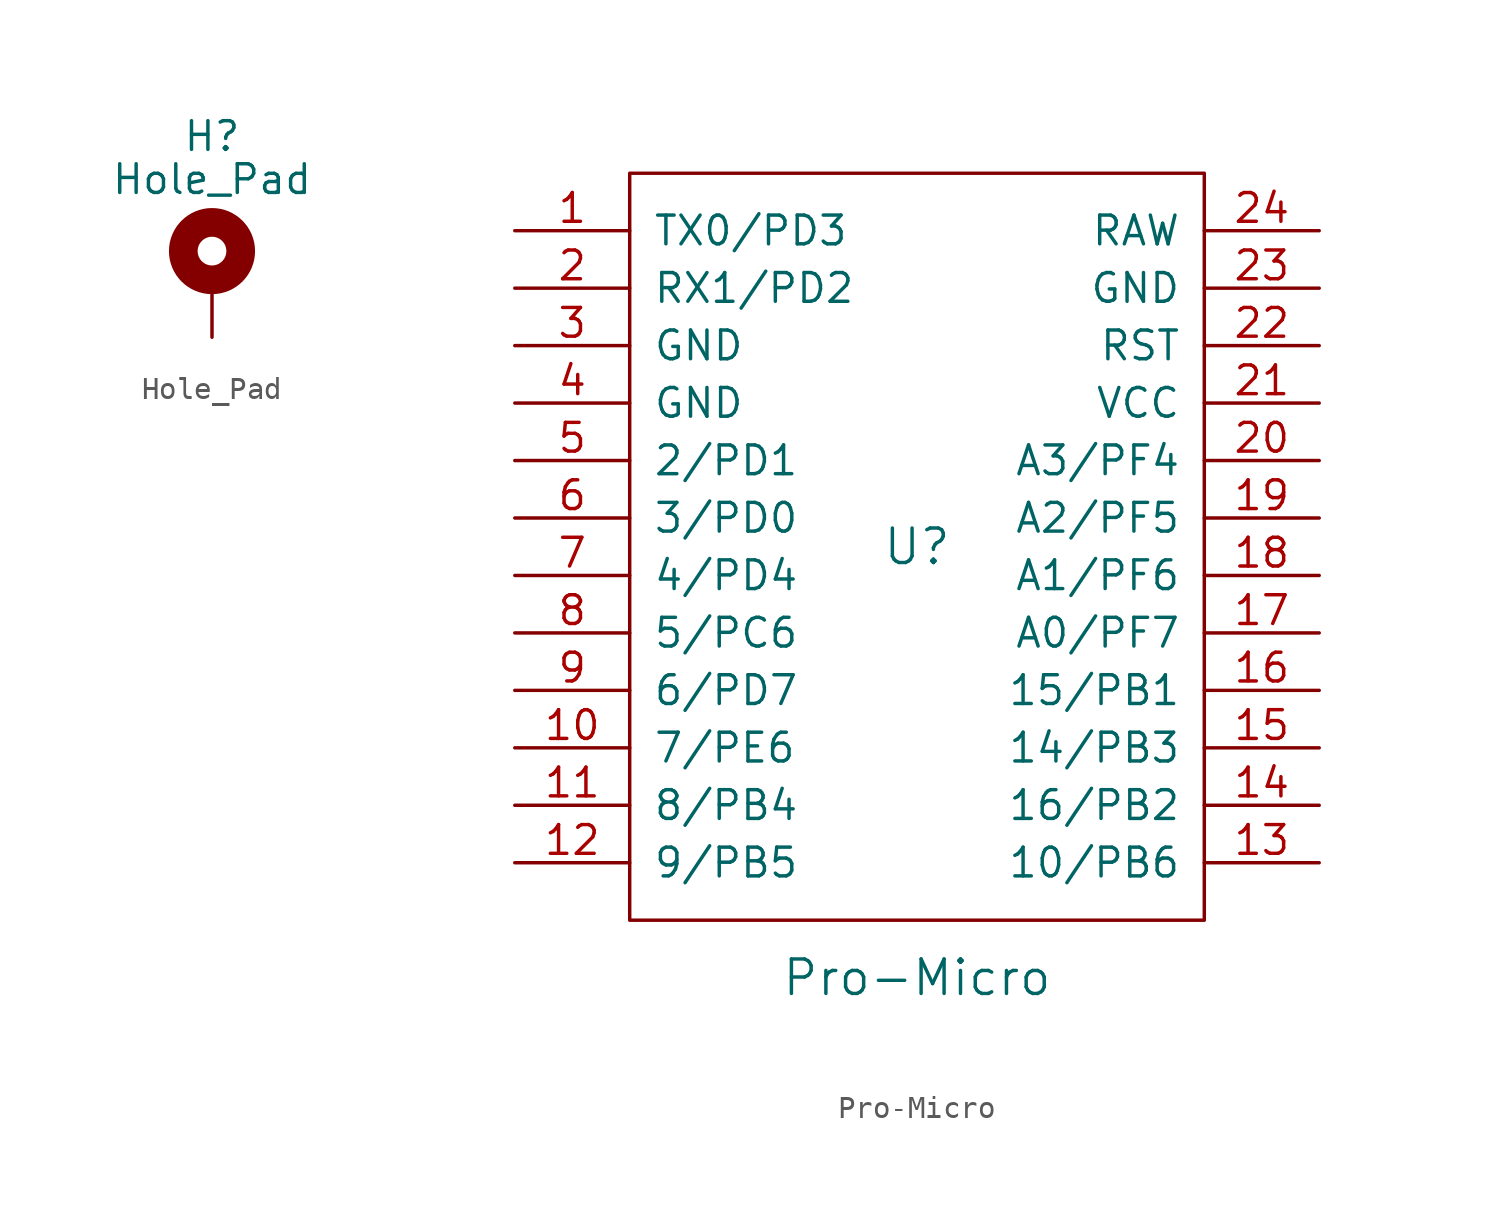
<source format=kicad_sym>
(kicad_symbol_lib
  (version 20211014)
  (generator kicad_symbol_editor)
  (symbol "Hole_Pad"
    (pin_numbers hide)
    (pin_names
      (offset 1.016) hide)
    (property "Reference" "H"
      (at 0 6.35 0)
      (effects (font (size 1.27 1.27))))
    (property "Value" "Hole_Pad"
      (at 0 4.445 0)
      (effects (font (size 1.27 1.27))))
    (symbol "Hole_Pad_0_1"
      (circle (center 0 1.27) (radius 1.27) (stroke (width 1.27) (type default) (color 0 0 0 0)) (fill (type none))))
    (symbol "Hole_Pad_1_1"
      (pin input line (at 0 -2.54 90) (length 2.54) (name "1" (effects (font (size 1.27 1.27)))) (number "1" (effects (font (size 1.27 1.27)))))))
  (symbol "Pro-Micro"
    (pin_names
      (offset 1.016))
    (property "Reference" "U"
      (at 0 0 0)
      (effects (font (size 1.524 1.524))))
    (property "Value" "Pro-Micro"
      (at 0 -19.05 0)
      (effects (font (size 1.524 1.524))))
    (symbol "Pro-Micro_0_1"
      (rectangle (start -12.7 -16.51) (end 12.7 16.51) (stroke (width 0) (type default) (color 0 0 0 0)) (fill (type none))))
    (symbol "Pro-Micro_1_1"
      (pin input line (at -17.78 13.97 0) (length 5.08) (name "TX0/PD3" (effects (font (size 1.27 1.27)))) (number "1" (effects (font (size 1.27 1.27)))))
      (pin input line (at -17.78 -8.89 0) (length 5.08) (name "7/PE6" (effects (font (size 1.27 1.27)))) (number "10" (effects (font (size 1.27 1.27)))))
      (pin input line (at -17.78 -11.43 0) (length 5.08) (name "8/PB4" (effects (font (size 1.27 1.27)))) (number "11" (effects (font (size 1.27 1.27)))))
      (pin input line (at -17.78 -13.97 0) (length 5.08) (name "9/PB5" (effects (font (size 1.27 1.27)))) (number "12" (effects (font (size 1.27 1.27)))))
      (pin input line (at 17.78 -13.97 180) (length 5.08) (name "10/PB6" (effects (font (size 1.27 1.27)))) (number "13" (effects (font (size 1.27 1.27)))))
      (pin input line (at 17.78 -11.43 180) (length 5.08) (name "16/PB2" (effects (font (size 1.27 1.27)))) (number "14" (effects (font (size 1.27 1.27)))))
      (pin input line (at 17.78 -8.89 180) (length 5.08) (name "14/PB3" (effects (font (size 1.27 1.27)))) (number "15" (effects (font (size 1.27 1.27)))))
      (pin input line (at 17.78 -6.35 180) (length 5.08) (name "15/PB1" (effects (font (size 1.27 1.27)))) (number "16" (effects (font (size 1.27 1.27)))))
      (pin input line (at 17.78 -3.81 180) (length 5.08) (name "A0/PF7" (effects (font (size 1.27 1.27)))) (number "17" (effects (font (size 1.27 1.27)))))
      (pin input line (at 17.78 -1.27 180) (length 5.08) (name "A1/PF6" (effects (font (size 1.27 1.27)))) (number "18" (effects (font (size 1.27 1.27)))))
      (pin input line (at 17.78 1.27 180) (length 5.08) (name "A2/PF5" (effects (font (size 1.27 1.27)))) (number "19" (effects (font (size 1.27 1.27)))))
      (pin input line (at -17.78 11.43 0) (length 5.08) (name "RX1/PD2" (effects (font (size 1.27 1.27)))) (number "2" (effects (font (size 1.27 1.27)))))
      (pin input line (at 17.78 3.81 180) (length 5.08) (name "A3/PF4" (effects (font (size 1.27 1.27)))) (number "20" (effects (font (size 1.27 1.27)))))
      (pin input line (at 17.78 6.35 180) (length 5.08) (name "VCC" (effects (font (size 1.27 1.27)))) (number "21" (effects (font (size 1.27 1.27)))))
      (pin input line (at 17.78 8.89 180) (length 5.08) (name "RST" (effects (font (size 1.27 1.27)))) (number "22" (effects (font (size 1.27 1.27)))))
      (pin input line (at 17.78 11.43 180) (length 5.08) (name "GND" (effects (font (size 1.27 1.27)))) (number "23" (effects (font (size 1.27 1.27)))))
      (pin input line (at 17.78 13.97 180) (length 5.08) (name "RAW" (effects (font (size 1.27 1.27)))) (number "24" (effects (font (size 1.27 1.27)))))
      (pin input line (at -17.78 8.89 0) (length 5.08) (name "GND" (effects (font (size 1.27 1.27)))) (number "3" (effects (font (size 1.27 1.27)))))
      (pin input line (at -17.78 6.35 0) (length 5.08) (name "GND" (effects (font (size 1.27 1.27)))) (number "4" (effects (font (size 1.27 1.27)))))
      (pin input line (at -17.78 3.81 0) (length 5.08) (name "2/PD1" (effects (font (size 1.27 1.27)))) (number "5" (effects (font (size 1.27 1.27)))))
      (pin input line (at -17.78 1.27 0) (length 5.08) (name "3/PD0" (effects (font (size 1.27 1.27)))) (number "6" (effects (font (size 1.27 1.27)))))
      (pin input line (at -17.78 -1.27 0) (length 5.08) (name "4/PD4" (effects (font (size 1.27 1.27)))) (number "7" (effects (font (size 1.27 1.27)))))
      (pin input line (at -17.78 -3.81 0) (length 5.08) (name "5/PC6" (effects (font (size 1.27 1.27)))) (number "8" (effects (font (size 1.27 1.27)))))
      (pin input line (at -17.78 -6.35 0) (length 5.08) (name "6/PD7" (effects (font (size 1.27 1.27)))) (number "9" (effects (font (size 1.27 1.27))))))))
</source>
